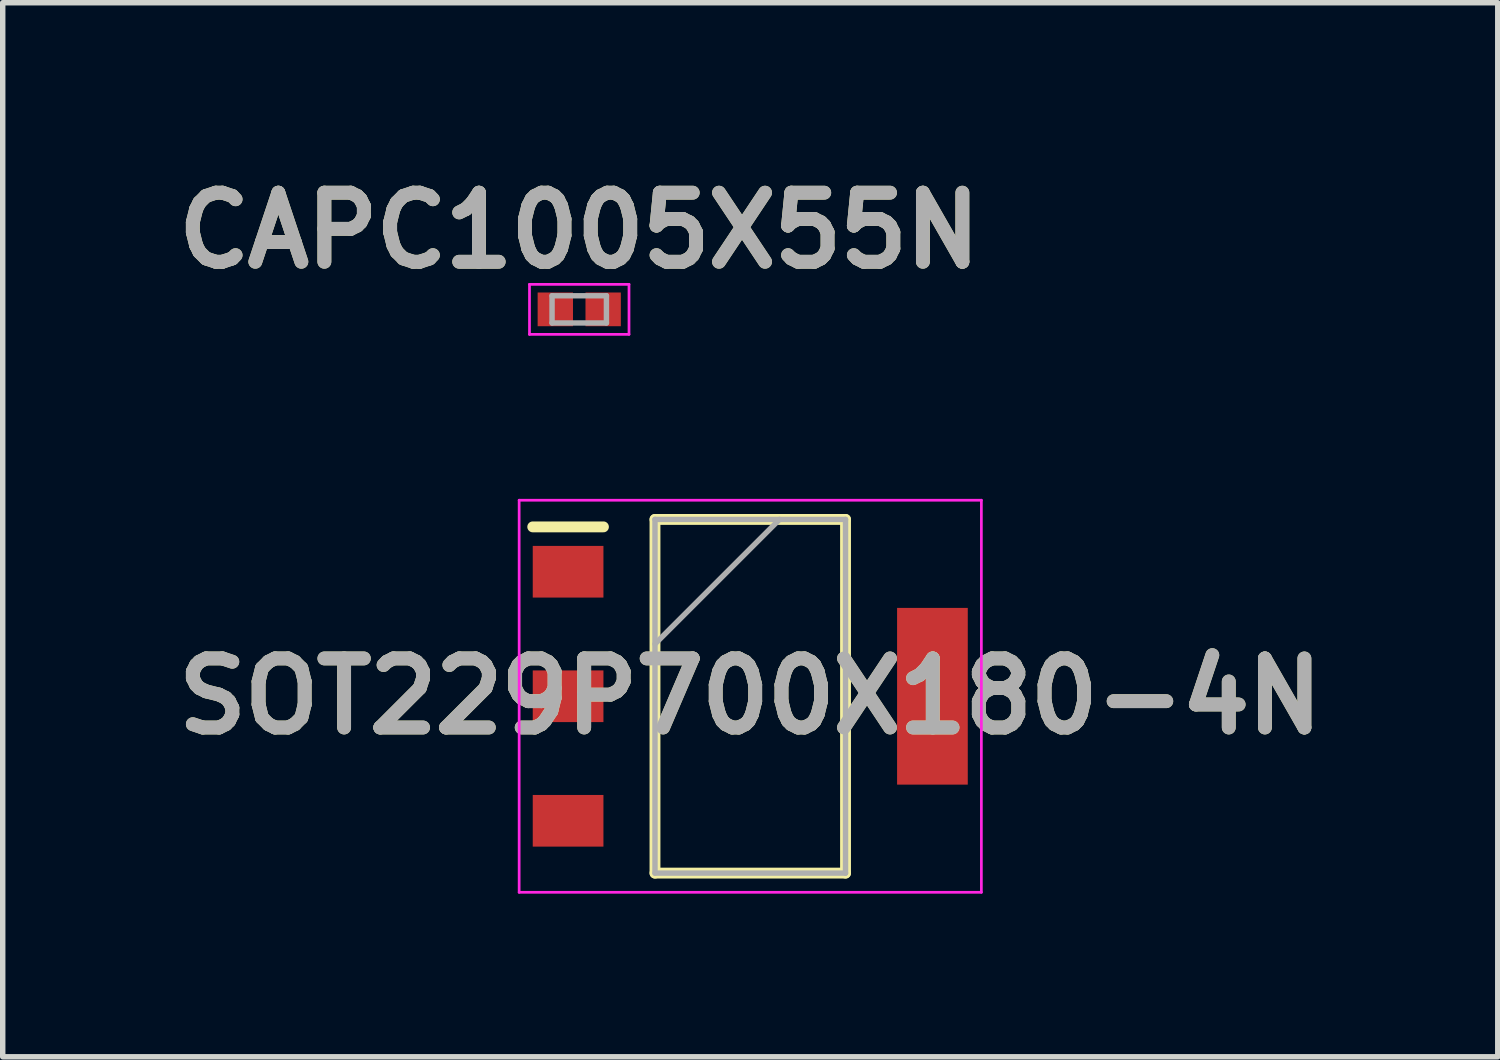
<source format=kicad_pcb>
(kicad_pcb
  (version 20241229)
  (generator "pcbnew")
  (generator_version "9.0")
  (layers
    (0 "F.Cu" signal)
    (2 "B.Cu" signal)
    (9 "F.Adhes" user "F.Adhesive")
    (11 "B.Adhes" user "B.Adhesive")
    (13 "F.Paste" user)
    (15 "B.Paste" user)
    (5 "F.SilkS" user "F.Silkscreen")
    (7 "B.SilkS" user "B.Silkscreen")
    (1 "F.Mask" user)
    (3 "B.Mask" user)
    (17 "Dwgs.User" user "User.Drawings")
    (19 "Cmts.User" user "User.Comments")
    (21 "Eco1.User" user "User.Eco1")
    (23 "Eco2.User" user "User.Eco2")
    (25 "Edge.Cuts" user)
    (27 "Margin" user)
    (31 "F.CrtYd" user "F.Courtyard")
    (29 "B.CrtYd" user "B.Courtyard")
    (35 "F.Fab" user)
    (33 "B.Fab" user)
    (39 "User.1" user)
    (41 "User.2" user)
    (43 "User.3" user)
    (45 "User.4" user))
  (footprint "CAPC1005X55N"
    (layer "F.Cu")
    (at 7.602 2.639)
    (property "Reference" "CAPC1005X55N" (at 0 -1.45 0) (layer "F.SilkS") (effects (font (size 1.27 1.27) (thickness 0.254))))
    (attr smd)
    (fp_line (start -0.915 -0.46) (end 0.915 -0.46) (stroke (width 0.05) (type solid)) (layer "F.CrtYd"))
    (fp_line (start -0.915 0.46) (end -0.915 -0.46) (stroke (width 0.05) (type solid)) (layer "F.CrtYd"))
    (fp_line (start 0.915 -0.46) (end 0.915 0.46) (stroke (width 0.05) (type solid)) (layer "F.CrtYd"))
    (fp_line (start 0.915 0.46) (end -0.915 0.46) (stroke (width 0.05) (type solid)) (layer "F.CrtYd"))
    (fp_line (start -0.5 -0.25) (end 0.5 -0.25) (stroke (width 0.1) (type solid)) (layer "F.Fab"))
    (fp_line (start -0.5 0.25) (end -0.5 -0.25) (stroke (width 0.1) (type solid)) (layer "F.Fab"))
    (fp_line (start 0.5 -0.25) (end 0.5 0.25) (stroke (width 0.1) (type solid)) (layer "F.Fab"))
    (fp_line (start 0.5 0.25) (end -0.5 0.25) (stroke (width 0.1) (type solid)) (layer "F.Fab"))
    (fp_text user "${REFERENCE}" (at 0 -1.45 0) (layer "F.Fab") (effects (font (size 1.27 1.27) (thickness 0.254))))
    (pad "1" smd rect (at -0.44 0 90) (size 0.62 0.65) (layers "F.Cu" "F.Mask" "F.Paste"))
    (pad "2" smd rect (at 0.44 0 90) (size 0.62 0.65) (layers "F.Cu" "F.Mask" "F.Paste")))
  (footprint "SOT229P700X180-4N"
    (layer "F.Cu")
    (at 10.747 9.754)
    (property "Reference" "SOT229P700X180-4N" (at 0 0 0) (layer "F.SilkS") (effects (font (size 1.27 1.27) (thickness 0.254))))
    (attr smd)
    (fp_line (start -4 -3.115) (end -2.7 -3.115) (stroke (width 0.2) (type solid)) (layer "F.SilkS"))
    (fp_line (start -1.752 -3.252) (end 1.752 -3.252) (stroke (width 0.2) (type solid)) (layer "F.SilkS"))
    (fp_line (start -1.752 3.252) (end -1.752 -3.252) (stroke (width 0.2) (type solid)) (layer "F.SilkS"))
    (fp_line (start 1.752 -3.252) (end 1.752 3.252) (stroke (width 0.2) (type solid)) (layer "F.SilkS"))
    (fp_line (start 1.752 3.252) (end -1.752 3.252) (stroke (width 0.2) (type solid)) (layer "F.SilkS"))
    (fp_line (start -4.25 -3.605) (end 4.25 -3.605) (stroke (width 0.05) (type solid)) (layer "F.CrtYd"))
    (fp_line (start -4.25 3.605) (end -4.25 -3.605) (stroke (width 0.05) (type solid)) (layer "F.CrtYd"))
    (fp_line (start 4.25 -3.605) (end 4.25 3.605) (stroke (width 0.05) (type solid)) (layer "F.CrtYd"))
    (fp_line (start 4.25 3.605) (end -4.25 3.605) (stroke (width 0.05) (type solid)) (layer "F.CrtYd"))
    (fp_line (start -1.752 -3.252) (end 1.752 -3.252) (stroke (width 0.1) (type solid)) (layer "F.Fab"))
    (fp_line (start -1.752 -0.962) (end 0.538 -3.252) (stroke (width 0.1) (type solid)) (layer "F.Fab"))
    (fp_line (start -1.752 3.252) (end -1.752 -3.252) (stroke (width 0.1) (type solid)) (layer "F.Fab"))
    (fp_line (start 1.752 -3.252) (end 1.752 3.252) (stroke (width 0.1) (type solid)) (layer "F.Fab"))
    (fp_line (start 1.752 3.252) (end -1.752 3.252) (stroke (width 0.1) (type solid)) (layer "F.Fab"))
    (fp_text user "${REFERENCE}" (at 0 0 0) (layer "F.Fab") (effects (font (size 1.27 1.27) (thickness 0.254))))
    (pad "1" smd rect (at -3.35 -2.29 90) (size 0.95 1.3) (layers "F.Cu" "F.Mask" "F.Paste"))
    (pad "2" smd rect (at -3.35 0 90) (size 0.95 1.3) (layers "F.Cu" "F.Mask" "F.Paste"))
    (pad "3" smd rect (at -3.35 2.29 90) (size 0.95 1.3) (layers "F.Cu" "F.Mask" "F.Paste"))
    (pad "4" smd rect (at 3.35 0) (size 1.3 3.25) (layers "F.Cu" "F.Mask" "F.Paste")))
  (gr_rect
    (start -3 -3)
    (end 24.493 16.384)
    (stroke (width 0.1) (type default))
    (fill no)
    (layer "Edge.Cuts")))
</source>
